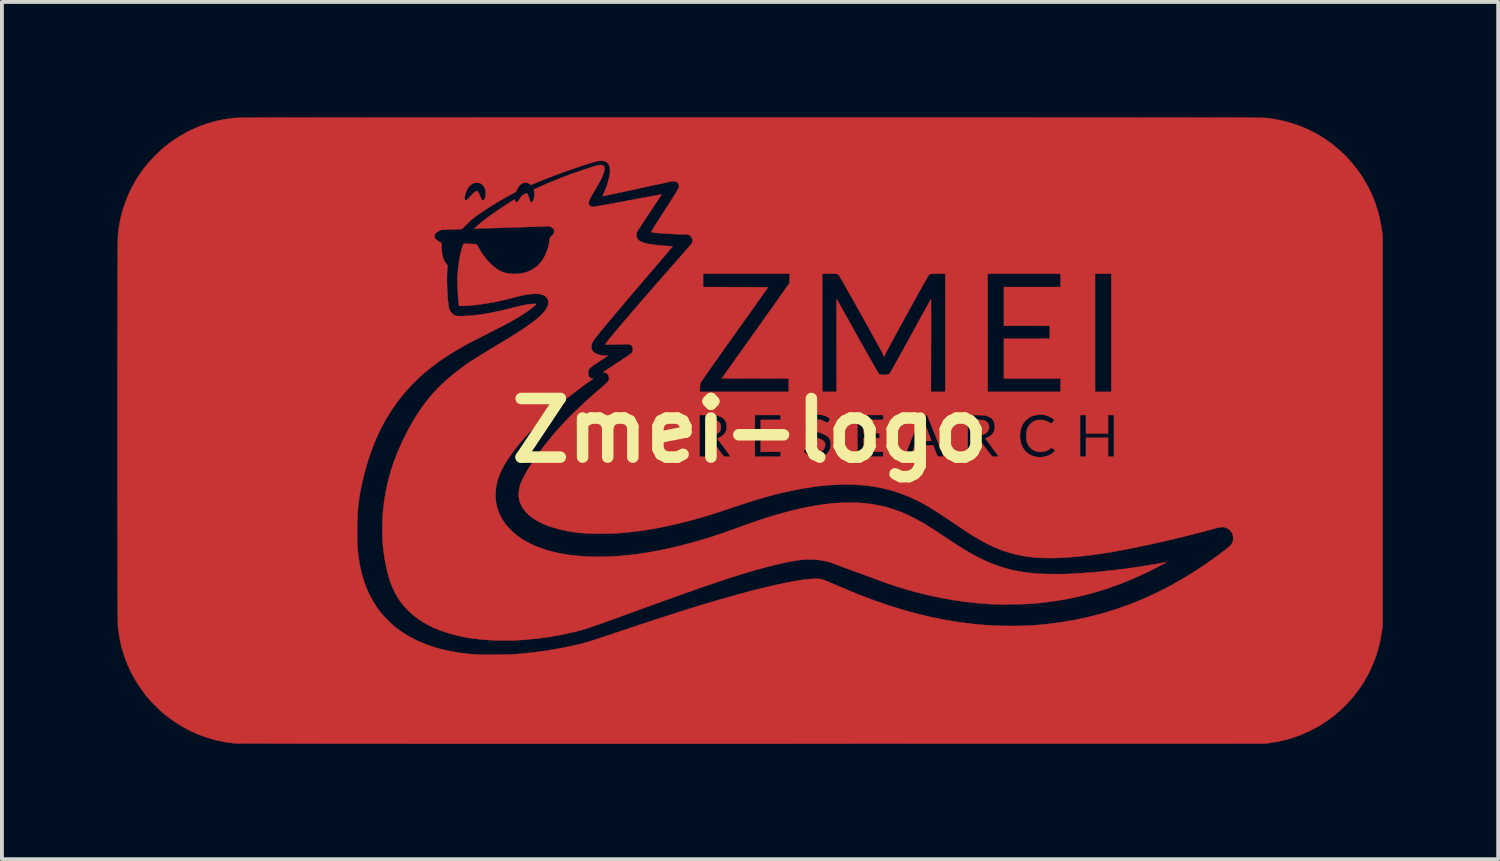
<source format=kicad_pcb>
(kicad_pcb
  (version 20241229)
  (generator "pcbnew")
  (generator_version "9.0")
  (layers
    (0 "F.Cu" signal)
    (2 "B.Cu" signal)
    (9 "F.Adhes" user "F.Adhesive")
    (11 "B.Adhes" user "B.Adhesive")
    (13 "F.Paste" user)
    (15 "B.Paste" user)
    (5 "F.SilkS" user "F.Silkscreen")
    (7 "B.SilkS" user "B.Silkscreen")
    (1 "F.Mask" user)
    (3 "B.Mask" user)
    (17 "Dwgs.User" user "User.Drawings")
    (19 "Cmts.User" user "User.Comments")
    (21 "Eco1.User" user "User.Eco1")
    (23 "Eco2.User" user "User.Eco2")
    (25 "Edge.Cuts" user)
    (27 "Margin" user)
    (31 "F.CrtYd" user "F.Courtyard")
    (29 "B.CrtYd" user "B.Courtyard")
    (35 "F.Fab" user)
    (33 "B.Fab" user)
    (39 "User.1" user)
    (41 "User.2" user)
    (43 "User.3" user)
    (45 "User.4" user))
  (footprint "Zmei-logo"
    (layer "F.Cu")
    (at 16.457 8.15)
    (property "Reference" "Zmei-logo" (at 0 0 0) (layer "F.SilkS") (effects (font (size 1.524 1.524) (thickness 0.3))))
    (attr through_hole)
    (fp_poly (pts (xy -0.971 -0.277) (xy -0.909 -0.269) (xy -0.86 -0.256) (xy -0.822 -0.236) (xy -0.793 -0.21) (xy -0.775 -0.182) (xy -0.764 -0.148) (xy -0.758 -0.107) (xy -0.758 -0.063) (xy -0.764 -0.024) (xy -0.772 -0.004) (xy -0.801 0.037) (xy -0.839 0.07) (xy -0.887 0.093) (xy -0.947 0.109) (xy -1.02 0.117) (xy -1.077 0.119) (xy -1.16 0.119) (xy -1.16 -0.279) (xy -1.047 -0.279) (xy -0.971 -0.277)) (stroke (width 0.01) (type solid)) (fill yes) (layer "F.Cu"))
    (fp_poly (pts (xy 5.995 -0.278) (xy 6.047 -0.274) (xy 6.088 -0.266) (xy 6.121 -0.253) (xy 6.149 -0.235) (xy 6.169 -0.217) (xy 6.199 -0.176) (xy 6.215 -0.128) (xy 6.218 -0.078) (xy 6.209 -0.028) (xy 6.186 0.019) (xy 6.151 0.058) (xy 6.145 0.062) (xy 6.116 0.081) (xy 6.084 0.095) (xy 6.046 0.105) (xy 5.999 0.112) (xy 5.939 0.116) (xy 5.929 0.116) (xy 5.817 0.121) (xy 5.817 -0.279) (xy 5.929 -0.279) (xy 5.995 -0.278)) (stroke (width 0.01) (type solid)) (fill yes) (layer "F.Cu"))
    (fp_poly (pts (xy 4.537 -0.222) (xy 4.538 -0.216) (xy 4.541 -0.206) (xy 4.549 -0.181) (xy 4.562 -0.145) (xy 4.579 -0.099) (xy 4.599 -0.047) (xy 4.622 0.012) (xy 4.627 0.026) (xy 4.65 0.085) (xy 4.67 0.138) (xy 4.688 0.185) (xy 4.702 0.223) (xy 4.711 0.249) (xy 4.716 0.262) (xy 4.716 0.263) (xy 4.708 0.266) (xy 4.685 0.268) (xy 4.649 0.269) (xy 4.603 0.27) (xy 4.549 0.271) (xy 4.526 0.271) (xy 4.335 0.271) (xy 4.353 0.226) (xy 4.373 0.176) (xy 4.394 0.121) (xy 4.416 0.063) (xy 4.438 0.006) (xy 4.459 -0.05) (xy 4.478 -0.102) (xy 4.495 -0.146) (xy 4.508 -0.182) (xy 4.517 -0.208) (xy 4.521 -0.219) (xy 4.521 -0.22) (xy 4.528 -0.228) (xy 4.53 -0.229) (xy 4.537 -0.222)) (stroke (width 0.01) (type solid)) (fill yes) (layer "F.Cu"))
    (fp_poly (pts (xy -3.875 -6.908) (xy -3.865 -6.907) (xy -3.826 -6.898) (xy -3.801 -6.88) (xy -3.788 -6.85) (xy -3.785 -6.815) (xy -3.789 -6.769) (xy -3.801 -6.717) (xy -3.822 -6.656) (xy -3.851 -6.587) (xy -3.891 -6.507) (xy -3.94 -6.417) (xy -3.999 -6.315) (xy -4.025 -6.271) (xy -4.078 -6.181) (xy -4.122 -6.105) (xy -4.155 -6.041) (xy -4.179 -5.99) (xy -4.191 -5.959) (xy -4.196 -5.918) (xy -4.187 -5.88) (xy -4.167 -5.848) (xy -4.136 -5.826) (xy -4.098 -5.817) (xy -4.092 -5.817) (xy -4.079 -5.818) (xy -4.05 -5.823) (xy -4.007 -5.83) (xy -3.95 -5.84) (xy -3.882 -5.852) (xy -3.802 -5.866) (xy -3.713 -5.882) (xy -3.615 -5.9) (xy -3.51 -5.919) (xy -3.399 -5.94) (xy -3.282 -5.962) (xy -3.177 -5.982) (xy -3.058 -6.004) (xy -2.943 -6.026) (xy -2.834 -6.046) (xy -2.733 -6.065) (xy -2.639 -6.082) (xy -2.554 -6.098) (xy -2.48 -6.112) (xy -2.416 -6.124) (xy -2.366 -6.133) (xy -2.328 -6.14) (xy -2.305 -6.144) (xy -2.298 -6.145) (xy -2.302 -6.137) (xy -2.315 -6.117) (xy -2.336 -6.085) (xy -2.364 -6.043) (xy -2.398 -5.991) (xy -2.438 -5.931) (xy -2.482 -5.863) (xy -2.531 -5.79) (xy -2.583 -5.712) (xy -2.609 -5.673) (xy -2.663 -5.592) (xy -2.714 -5.514) (xy -2.763 -5.441) (xy -2.807 -5.374) (xy -2.846 -5.314) (xy -2.879 -5.263) (xy -2.906 -5.221) (xy -2.925 -5.191) (xy -2.936 -5.173) (xy -2.938 -5.169) (xy -2.952 -5.123) (xy -2.954 -5.072) (xy -2.944 -5.022) (xy -2.937 -5.006) (xy -2.915 -4.972) (xy -2.882 -4.942) (xy -2.838 -4.916) (xy -2.782 -4.893) (xy -2.713 -4.872) (xy -2.63 -4.854) (xy -2.532 -4.839) (xy -2.418 -4.825) (xy -2.392 -4.822) (xy -2.352 -4.818) (xy -2.304 -4.814) (xy -2.251 -4.809) (xy -2.196 -4.805) (xy -2.143 -4.801) (xy -2.095 -4.797) (xy -2.054 -4.794) (xy -2.025 -4.793) (xy -2.013 -4.792) (xy -2.017 -4.786) (xy -2.032 -4.768) (xy -2.055 -4.74) (xy -2.086 -4.702) (xy -2.125 -4.657) (xy -2.169 -4.605) (xy -2.218 -4.547) (xy -2.272 -4.484) (xy -2.289 -4.464) (xy -2.48 -4.241) (xy -2.661 -4.03) (xy -2.831 -3.831) (xy -2.99 -3.644) (xy -3.139 -3.47) (xy -3.277 -3.307) (xy -3.404 -3.157) (xy -3.52 -3.018) (xy -3.626 -2.893) (xy -3.721 -2.779) (xy -3.804 -2.678) (xy -3.877 -2.589) (xy -3.939 -2.513) (xy -3.99 -2.45) (xy -4.029 -2.399) (xy -4.058 -2.36) (xy -4.058 -2.36) (xy -4.097 -2.297) (xy -4.121 -2.237) (xy -4.129 -2.182) (xy -4.121 -2.13) (xy -4.098 -2.08) (xy -4.093 -2.073) (xy -4.058 -2.036) (xy -4.008 -2.004) (xy -3.948 -1.979) (xy -3.878 -1.96) (xy -3.801 -1.95) (xy -3.747 -1.947) (xy -3.696 -1.947) (xy -3.924 -1.797) (xy -3.993 -1.751) (xy -4.049 -1.713) (xy -4.094 -1.682) (xy -4.129 -1.655) (xy -4.155 -1.633) (xy -4.174 -1.613) (xy -4.188 -1.594) (xy -4.197 -1.575) (xy -4.204 -1.555) (xy -4.207 -1.539) (xy -4.211 -1.496) (xy -4.206 -1.452) (xy -4.193 -1.413) (xy -4.179 -1.391) (xy -4.158 -1.375) (xy -4.128 -1.362) (xy -4.121 -1.36) (xy -4.08 -1.349) (xy -4.159 -1.295) (xy -4.195 -1.27) (xy -4.241 -1.236) (xy -4.296 -1.196) (xy -4.358 -1.15) (xy -4.422 -1.102) (xy -4.489 -1.052) (xy -4.554 -1.002) (xy -4.615 -0.955) (xy -4.671 -0.912) (xy -4.716 -0.877) (xy -4.954 -0.683) (xy -5.177 -0.493) (xy -5.384 -0.305) (xy -5.575 -0.121) (xy -5.752 0.062) (xy -5.915 0.243) (xy -6.064 0.423) (xy -6.199 0.601) (xy -6.321 0.78) (xy -6.358 0.838) (xy -6.442 0.986) (xy -6.51 1.134) (xy -6.562 1.282) (xy -6.597 1.429) (xy -6.617 1.574) (xy -6.619 1.719) (xy -6.606 1.861) (xy -6.576 2.001) (xy -6.529 2.138) (xy -6.501 2.201) (xy -6.44 2.314) (xy -6.364 2.425) (xy -6.273 2.532) (xy -6.17 2.634) (xy -6.057 2.73) (xy -5.933 2.818) (xy -5.856 2.866) (xy -5.692 2.952) (xy -5.515 3.029) (xy -5.326 3.096) (xy -5.125 3.152) (xy -4.912 3.199) (xy -4.688 3.235) (xy -4.454 3.261) (xy -4.21 3.277) (xy -3.957 3.283) (xy -3.695 3.278) (xy -3.425 3.263) (xy -3.148 3.238) (xy -2.863 3.202) (xy -2.572 3.155) (xy -2.275 3.099) (xy -2.261 3.096) (xy -2.037 3.047) (xy -1.819 2.995) (xy -1.602 2.94) (xy -1.385 2.88) (xy -1.165 2.814) (xy -0.939 2.742) (xy -0.705 2.664) (xy -0.461 2.578) (xy -0.322 2.527) (xy -0.054 2.43) (xy 0.201 2.343) (xy 0.444 2.263) (xy 0.677 2.192) (xy 0.901 2.129) (xy 1.116 2.073) (xy 1.325 2.024) (xy 1.528 1.983) (xy 1.728 1.947) (xy 1.924 1.918) (xy 2.119 1.895) (xy 2.159 1.891) (xy 2.229 1.885) (xy 2.312 1.881) (xy 2.403 1.878) (xy 2.499 1.876) (xy 2.598 1.875) (xy 2.695 1.876) (xy 2.789 1.878) (xy 2.874 1.881) (xy 2.949 1.886) (xy 3.004 1.891) (xy 3.194 1.916) (xy 3.377 1.95) (xy 3.553 1.992) (xy 3.726 2.044) (xy 3.898 2.106) (xy 4.07 2.178) (xy 4.244 2.262) (xy 4.423 2.359) (xy 4.609 2.468) (xy 4.688 2.517) (xy 4.722 2.539) (xy 4.769 2.569) (xy 4.824 2.606) (xy 4.888 2.647) (xy 4.956 2.692) (xy 5.027 2.739) (xy 5.099 2.787) (xy 5.131 2.808) (xy 5.204 2.856) (xy 5.279 2.905) (xy 5.353 2.953) (xy 5.424 2.999) (xy 5.489 3.041) (xy 5.547 3.077) (xy 5.593 3.106) (xy 5.607 3.114) (xy 5.816 3.234) (xy 6.019 3.339) (xy 6.22 3.43) (xy 6.419 3.507) (xy 6.62 3.572) (xy 6.823 3.626) (xy 7.032 3.667) (xy 7.248 3.699) (xy 7.383 3.713) (xy 7.457 3.718) (xy 7.544 3.723) (xy 7.642 3.727) (xy 7.748 3.73) (xy 7.857 3.731) (xy 7.967 3.732) (xy 8.075 3.732) (xy 8.178 3.73) (xy 8.272 3.728) (xy 8.306 3.726) (xy 8.658 3.706) (xy 9.022 3.677) (xy 9.395 3.638) (xy 9.775 3.591) (xy 10.159 3.536) (xy 10.545 3.473) (xy 10.736 3.438) (xy 10.772 3.432) (xy 10.802 3.427) (xy 10.821 3.424) (xy 10.826 3.424) (xy 10.82 3.429) (xy 10.801 3.44) (xy 10.77 3.457) (xy 10.73 3.479) (xy 10.683 3.504) (xy 10.63 3.532) (xy 10.573 3.562) (xy 10.514 3.592) (xy 10.455 3.622) (xy 10.399 3.651) (xy 10.346 3.677) (xy 10.299 3.7) (xy 10.271 3.713) (xy 9.937 3.864) (xy 9.604 3.998) (xy 9.27 4.116) (xy 8.933 4.219) (xy 8.593 4.307) (xy 8.247 4.38) (xy 7.894 4.439) (xy 7.533 4.483) (xy 7.353 4.5) (xy 7.291 4.505) (xy 7.214 4.509) (xy 7.126 4.512) (xy 7.029 4.515) (xy 6.927 4.517) (xy 6.821 4.519) (xy 6.715 4.52) (xy 6.611 4.52) (xy 6.513 4.519) (xy 6.422 4.518) (xy 6.343 4.516) (xy 6.281 4.514) (xy 5.945 4.49) (xy 5.614 4.454) (xy 5.284 4.407) (xy 4.953 4.348) (xy 4.619 4.276) (xy 4.28 4.191) (xy 4.064 4.131) (xy 3.958 4.099) (xy 3.843 4.063) (xy 3.718 4.022) (xy 3.583 3.976) (xy 3.436 3.924) (xy 3.276 3.865) (xy 3.152 3.819) (xy 3.07 3.789) (xy 2.987 3.758) (xy 2.906 3.728) (xy 2.83 3.7) (xy 2.76 3.675) (xy 2.699 3.653) (xy 2.651 3.636) (xy 2.631 3.629) (xy 2.568 3.606) (xy 2.496 3.58) (xy 2.423 3.553) (xy 2.356 3.527) (xy 2.325 3.515) (xy 2.236 3.48) (xy 2.158 3.451) (xy 2.087 3.428) (xy 2.022 3.409) (xy 1.957 3.394) (xy 1.889 3.38) (xy 1.815 3.368) (xy 1.791 3.365) (xy 1.697 3.355) (xy 1.599 3.35) (xy 1.497 3.35) (xy 1.388 3.357) (xy 1.271 3.369) (xy 1.145 3.388) (xy 1.008 3.413) (xy 0.859 3.444) (xy 0.697 3.482) (xy 0.639 3.496) (xy 0.525 3.525) (xy 0.411 3.554) (xy 0.296 3.585) (xy 0.18 3.617) (xy 0.06 3.651) (xy -0.063 3.688) (xy -0.189 3.726) (xy -0.321 3.767) (xy -0.458 3.81) (xy -0.602 3.857) (xy -0.753 3.907) (xy -0.912 3.96) (xy -1.08 4.017) (xy -1.257 4.078) (xy -1.444 4.144) (xy -1.643 4.214) (xy -1.853 4.288) (xy -2.076 4.368) (xy -2.313 4.453) (xy -2.563 4.544) (xy -2.829 4.64) (xy -2.862 4.652) (xy -3.039 4.717) (xy -3.202 4.776) (xy -3.35 4.83) (xy -3.485 4.879) (xy -3.607 4.923) (xy -3.718 4.963) (xy -3.818 4.999) (xy -3.909 5.031) (xy -3.99 5.059) (xy -4.063 5.085) (xy -4.129 5.107) (xy -4.188 5.127) (xy -4.242 5.145) (xy -4.291 5.16) (xy -4.337 5.174) (xy -4.379 5.187) (xy -4.419 5.198) (xy -4.458 5.209) (xy -4.497 5.219) (xy -4.536 5.228) (xy -4.547 5.231) (xy -4.87 5.303) (xy -5.202 5.363) (xy -5.54 5.409) (xy -5.88 5.441) (xy -6.058 5.452) (xy -6.111 5.455) (xy -6.175 5.457) (xy -6.246 5.458) (xy -6.322 5.459) (xy -6.399 5.459) (xy -6.474 5.459) (xy -6.543 5.459) (xy -6.603 5.458) (xy -6.652 5.456) (xy -6.668 5.455) (xy -6.822 5.445) (xy -6.963 5.434) (xy -7.093 5.42) (xy -7.214 5.405) (xy -7.33 5.388) (xy -7.443 5.367) (xy -7.556 5.344) (xy -7.652 5.321) (xy -7.866 5.262) (xy -8.068 5.193) (xy -8.257 5.114) (xy -8.432 5.024) (xy -8.595 4.924) (xy -8.744 4.814) (xy -8.879 4.693) (xy -9.001 4.563) (xy -9.11 4.423) (xy -9.204 4.273) (xy -9.206 4.271) (xy -9.277 4.129) (xy -9.342 3.973) (xy -9.398 3.802) (xy -9.447 3.615) (xy -9.488 3.414) (xy -9.522 3.197) (xy -9.549 2.965) (xy -9.551 2.934) (xy -9.556 2.873) (xy -9.559 2.798) (xy -9.561 2.713) (xy -9.562 2.621) (xy -9.562 2.526) (xy -9.56 2.431) (xy -9.558 2.338) (xy -9.555 2.252) (xy -9.551 2.176) (xy -9.547 2.125) (xy -9.516 1.852) (xy -9.473 1.587) (xy -9.418 1.329) (xy -9.35 1.076) (xy -9.268 0.825) (xy -9.172 0.575) (xy -9.061 0.322) (xy -8.982 0.158) (xy -8.872 -0.054) (xy -8.761 -0.251) (xy -8.649 -0.434) (xy -8.534 -0.605) (xy -8.414 -0.766) (xy -8.288 -0.92) (xy -8.154 -1.066) (xy -8.012 -1.208) (xy -7.86 -1.346) (xy -7.696 -1.483) (xy -7.612 -1.549) (xy -7.552 -1.595) (xy -7.493 -1.639) (xy -7.433 -1.683) (xy -7.372 -1.726) (xy -7.307 -1.771) (xy -7.238 -1.817) (xy -7.162 -1.866) (xy -7.08 -1.918) (xy -6.988 -1.975) (xy -6.887 -2.037) (xy -6.774 -2.106) (xy -6.649 -2.181) (xy -6.584 -2.22) (xy -6.43 -2.313) (xy -6.29 -2.398) (xy -6.163 -2.477) (xy -6.048 -2.549) (xy -5.945 -2.617) (xy -5.851 -2.679) (xy -5.766 -2.738) (xy -5.689 -2.794) (xy -5.62 -2.846) (xy -5.556 -2.897) (xy -5.498 -2.947) (xy -5.487 -2.957) (xy -5.406 -3.033) (xy -5.341 -3.106) (xy -5.292 -3.176) (xy -5.26 -3.242) (xy -5.244 -3.304) (xy -5.244 -3.362) (xy -5.26 -3.416) (xy -5.293 -3.466) (xy -5.297 -3.471) (xy -5.339 -3.507) (xy -5.39 -3.533) (xy -5.454 -3.55) (xy -5.529 -3.558) (xy -5.618 -3.558) (xy -5.656 -3.555) (xy -5.698 -3.552) (xy -5.738 -3.547) (xy -5.779 -3.542) (xy -5.821 -3.535) (xy -5.866 -3.527) (xy -5.917 -3.516) (xy -5.975 -3.503) (xy -6.041 -3.488) (xy -6.118 -3.469) (xy -6.206 -3.446) (xy -6.309 -3.42) (xy -6.354 -3.408) (xy -6.449 -3.385) (xy -6.557 -3.362) (xy -6.672 -3.339) (xy -6.792 -3.318) (xy -6.91 -3.299) (xy -7.024 -3.282) (xy -7.129 -3.27) (xy -7.137 -3.269) (xy -7.212 -3.261) (xy -7.284 -3.255) (xy -7.352 -3.25) (xy -7.414 -3.247) (xy -7.468 -3.244) (xy -7.513 -3.243) (xy -7.546 -3.244) (xy -7.565 -3.246) (xy -7.569 -3.249) (xy -7.57 -3.259) (xy -7.572 -3.283) (xy -7.576 -3.318) (xy -7.58 -3.359) (xy -7.582 -3.374) (xy -7.59 -3.467) (xy -7.597 -3.566) (xy -7.603 -3.665) (xy -7.607 -3.763) (xy -7.61 -3.854) (xy -7.61 -3.935) (xy -7.609 -3.984) (xy -7.602 -4.097) (xy -7.592 -4.213) (xy -7.578 -4.328) (xy -7.561 -4.44) (xy -7.541 -4.546) (xy -7.52 -4.644) (xy -7.496 -4.731) (xy -7.471 -4.803) (xy -7.47 -4.807) (xy -7.449 -4.86) (xy -7.401 -4.86) (xy -7.375 -4.859) (xy -7.336 -4.858) (xy -7.29 -4.857) (xy -7.242 -4.855) (xy -7.232 -4.854) (xy -7.112 -4.849) (xy -7.068 -4.772) (xy -6.991 -4.643) (xy -6.908 -4.524) (xy -6.821 -4.418) (xy -6.734 -4.326) (xy -6.73 -4.323) (xy -6.642 -4.247) (xy -6.555 -4.185) (xy -6.468 -4.138) (xy -6.378 -4.105) (xy -6.284 -4.084) (xy -6.193 -4.075) (xy -6.06 -4.076) (xy -5.935 -4.091) (xy -5.818 -4.12) (xy -5.71 -4.163) (xy -5.612 -4.22) (xy -5.523 -4.291) (xy -5.444 -4.376) (xy -5.375 -4.473) (xy -5.339 -4.538) (xy -5.288 -4.653) (xy -5.248 -4.775) (xy -5.22 -4.898) (xy -5.211 -4.97) (xy -5.207 -5.001) (xy -5.201 -5.02) (xy -5.191 -5.034) (xy -5.174 -5.048) (xy -5.171 -5.05) (xy -5.139 -5.079) (xy -5.112 -5.115) (xy -5.094 -5.152) (xy -5.088 -5.182) (xy -5.097 -5.22) (xy -5.12 -5.256) (xy -5.157 -5.288) (xy -5.165 -5.293) (xy -5.203 -5.317) (xy -6.185 -5.284) (xy -6.312 -5.28) (xy -6.435 -5.276) (xy -6.552 -5.272) (xy -6.662 -5.269) (xy -6.764 -5.266) (xy -6.857 -5.263) (xy -6.94 -5.26) (xy -7.012 -5.258) (xy -7.072 -5.256) (xy -7.118 -5.255) (xy -7.15 -5.254) (xy -7.167 -5.254) (xy -7.17 -5.254) (xy -7.166 -5.261) (xy -7.15 -5.276) (xy -7.125 -5.299) (xy -7.093 -5.328) (xy -7.055 -5.361) (xy -7.013 -5.396) (xy -6.969 -5.432) (xy -6.926 -5.467) (xy -6.884 -5.499) (xy -6.854 -5.522) (xy -6.81 -5.555) (xy -6.758 -5.592) (xy -6.7 -5.633) (xy -6.638 -5.676) (xy -6.573 -5.72) (xy -6.507 -5.765) (xy -6.441 -5.809) (xy -6.377 -5.851) (xy -6.316 -5.891) (xy -6.261 -5.926) (xy -6.212 -5.957) (xy -6.172 -5.982) (xy -6.141 -6) (xy -6.122 -6.01) (xy -6.117 -6.011) (xy -6.114 -6.004) (xy -6.113 -5.991) (xy -6.108 -5.969) (xy -6.098 -5.952) (xy -6.084 -5.94) (xy -6.069 -5.938) (xy -6.052 -5.947) (xy -6.031 -5.969) (xy -6.005 -6.005) (xy -5.989 -6.029) (xy -5.964 -6.066) (xy -5.944 -6.091) (xy -5.927 -6.11) (xy -5.907 -6.125) (xy -5.883 -6.14) (xy -5.869 -6.147) (xy -5.84 -6.162) (xy -5.816 -6.172) (xy -5.801 -6.176) (xy -5.799 -6.175) (xy -5.791 -6.162) (xy -5.78 -6.137) (xy -5.766 -6.105) (xy -5.753 -6.07) (xy -5.741 -6.035) (xy -5.732 -6.006) (xy -5.732 -6.005) (xy -5.718 -5.967) (xy -5.701 -5.944) (xy -5.682 -5.937) (xy -5.663 -5.947) (xy -5.644 -5.972) (xy -5.64 -5.98) (xy -5.617 -6.045) (xy -5.607 -6.119) (xy -5.61 -6.199) (xy -5.618 -6.245) (xy -5.623 -6.271) (xy -5.46 -6.345) (xy -5.254 -6.436) (xy -5.046 -6.522) (xy -4.832 -6.606) (xy -4.609 -6.688) (xy -4.373 -6.77) (xy -4.297 -6.795) (xy -4.208 -6.824) (xy -4.134 -6.848) (xy -4.072 -6.868) (xy -4.021 -6.883) (xy -3.98 -6.894) (xy -3.946 -6.901) (xy -3.919 -6.906) (xy -3.896 -6.908) (xy -3.875 -6.908)) (stroke (width 0.01) (type solid)) (fill yes) (layer "F.Cu"))
    (fp_poly (pts (xy 0.582 -8.145) (xy 1.144 -8.145) (xy 1.689 -8.145) (xy 2.218 -8.145) (xy 2.731 -8.145) (xy 3.228 -8.145) (xy 3.709 -8.145) (xy 4.176 -8.145) (xy 4.627 -8.145) (xy 5.064 -8.145) (xy 5.486 -8.145) (xy 5.894 -8.145) (xy 6.288 -8.145) (xy 6.668 -8.145) (xy 7.034 -8.145) (xy 7.387 -8.144) (xy 7.727 -8.144) (xy 8.054 -8.144) (xy 8.369 -8.144) (xy 8.671 -8.144) (xy 8.962 -8.144) (xy 9.24 -8.144) (xy 9.507 -8.144) (xy 9.762 -8.144) (xy 10.006 -8.144) (xy 10.24 -8.143) (xy 10.462 -8.143) (xy 10.675 -8.143) (xy 10.877 -8.143) (xy 11.069 -8.143) (xy 11.251 -8.143) (xy 11.424 -8.142) (xy 11.588 -8.142) (xy 11.743 -8.142) (xy 11.889 -8.142) (xy 12.027 -8.142) (xy 12.156 -8.141) (xy 12.277 -8.141) (xy 12.391 -8.141) (xy 12.497 -8.14) (xy 12.596 -8.14) (xy 12.688 -8.14) (xy 12.773 -8.14) (xy 12.851 -8.139) (xy 12.923 -8.139) (xy 12.99 -8.139) (xy 13.05 -8.138) (xy 13.105 -8.138) (xy 13.154 -8.137) (xy 13.198 -8.137) (xy 13.237 -8.137) (xy 13.272 -8.136) (xy 13.303 -8.136) (xy 13.329 -8.135) (xy 13.351 -8.135) (xy 13.37 -8.134) (xy 13.385 -8.134) (xy 13.397 -8.133) (xy 13.407 -8.133) (xy 13.412 -8.132) (xy 13.648 -8.101) (xy 13.88 -8.054) (xy 14.106 -7.991) (xy 14.326 -7.914) (xy 14.539 -7.821) (xy 14.745 -7.715) (xy 14.942 -7.595) (xy 15.131 -7.461) (xy 15.31 -7.315) (xy 15.479 -7.156) (xy 15.638 -6.985) (xy 15.785 -6.803) (xy 15.92 -6.61) (xy 16.042 -6.406) (xy 16.083 -6.33) (xy 16.176 -6.136) (xy 16.256 -5.939) (xy 16.322 -5.737) (xy 16.377 -5.528) (xy 16.419 -5.309) (xy 16.436 -5.199) (xy 16.455 -5.059) (xy 16.455 5.059) (xy 16.436 5.199) (xy 16.399 5.423) (xy 16.35 5.637) (xy 16.29 5.842) (xy 16.217 6.04) (xy 16.13 6.235) (xy 16.083 6.33) (xy 15.966 6.537) (xy 15.835 6.734) (xy 15.692 6.921) (xy 15.536 7.097) (xy 15.369 7.261) (xy 15.191 7.414) (xy 15.003 7.553) (xy 14.805 7.68) (xy 14.598 7.792) (xy 14.383 7.89) (xy 14.334 7.91) (xy 14.19 7.964) (xy 14.049 8.01) (xy 13.907 8.049) (xy 13.759 8.082) (xy 13.601 8.11) (xy 13.525 8.122) (xy 13.399 8.14) (xy 0.047 8.142) (xy -0.543 8.142) (xy -1.116 8.142) (xy -1.672 8.142) (xy -2.212 8.142) (xy -2.737 8.142) (xy -3.245 8.142) (xy -3.738 8.142) (xy -4.215 8.142) (xy -4.677 8.142) (xy -5.124 8.142) (xy -5.557 8.142) (xy -5.975 8.142) (xy -6.379 8.142) (xy -6.768 8.142) (xy -7.144 8.142) (xy -7.507 8.142) (xy -7.856 8.142) (xy -8.192 8.142) (xy -8.514 8.142) (xy -8.825 8.142) (xy -9.122 8.141) (xy -9.408 8.141) (xy -9.681 8.141) (xy -9.943 8.141) (xy -10.193 8.141) (xy -10.432 8.141) (xy -10.66 8.141) (xy -10.876 8.141) (xy -11.082 8.14) (xy -11.278 8.14) (xy -11.463 8.14) (xy -11.638 8.14) (xy -11.804 8.14) (xy -11.96 8.139) (xy -12.106 8.139) (xy -12.244 8.139) (xy -12.372 8.139) (xy -12.492 8.138) (xy -12.603 8.138) (xy -12.706 8.138) (xy -12.801 8.137) (xy -12.889 8.137) (xy -12.969 8.137) (xy -13.041 8.136) (xy -13.106 8.136) (xy -13.165 8.136) (xy -13.216 8.135) (xy -13.262 8.135) (xy -13.301 8.135) (xy -13.334 8.134) (xy -13.361 8.134) (xy -13.383 8.133) (xy -13.399 8.133) (xy -13.41 8.132) (xy -13.415 8.132) (xy -13.615 8.106) (xy -13.812 8.068) (xy -13.904 8.047) (xy -14.132 7.981) (xy -14.353 7.901) (xy -14.566 7.805) (xy -14.773 7.694) (xy -14.974 7.567) (xy -15.17 7.425) (xy -15.199 7.402) (xy -15.26 7.351) (xy -15.328 7.29) (xy -15.4 7.221) (xy -15.474 7.149) (xy -15.546 7.075) (xy -15.612 7.004) (xy -15.671 6.937) (xy -15.707 6.893) (xy -15.853 6.698) (xy -15.983 6.496) (xy -16.098 6.287) (xy -16.196 6.072) (xy -16.279 5.852) (xy -16.346 5.625) (xy -16.397 5.393) (xy -16.432 5.156) (xy -16.438 5.098) (xy -16.439 5.08) (xy -16.44 5.045) (xy -16.441 4.994) (xy -16.442 4.928) (xy -16.443 4.848) (xy -16.443 4.753) (xy -16.444 4.645) (xy -16.445 4.524) (xy -16.446 4.391) (xy -16.446 4.246) (xy -16.447 4.091) (xy -16.447 3.924) (xy -16.448 3.748) (xy -16.449 3.562) (xy -16.449 3.367) (xy -16.45 3.164) (xy -16.45 2.954) (xy -16.45 2.736) (xy -16.45 2.644) (xy -10.218 2.644) (xy -10.217 2.781) (xy -10.214 2.906) (xy -10.208 3.022) (xy -10.2 3.132) (xy -10.188 3.239) (xy -10.185 3.268) (xy -10.149 3.497) (xy -10.1 3.714) (xy -10.039 3.921) (xy -9.965 4.118) (xy -9.878 4.306) (xy -9.778 4.484) (xy -9.664 4.655) (xy -9.63 4.701) (xy -9.595 4.744) (xy -9.549 4.796) (xy -9.497 4.852) (xy -9.44 4.911) (xy -9.382 4.969) (xy -9.324 5.025) (xy -9.271 5.074) (xy -9.224 5.114) (xy -9.203 5.131) (xy -9.034 5.251) (xy -8.856 5.36) (xy -8.669 5.457) (xy -8.471 5.543) (xy -8.263 5.618) (xy -8.044 5.682) (xy -7.813 5.734) (xy -7.571 5.777) (xy -7.315 5.808) (xy -7.074 5.828) (xy -7.038 5.83) (xy -6.988 5.831) (xy -6.926 5.831) (xy -6.853 5.831) (xy -6.773 5.831) (xy -6.687 5.83) (xy -6.598 5.829) (xy -6.509 5.827) (xy -6.421 5.826) (xy -6.337 5.824) (xy -6.259 5.822) (xy -6.189 5.819) (xy -6.13 5.817) (xy -6.084 5.814) (xy -6.071 5.813) (xy -5.67 5.774) (xy -5.28 5.721) (xy -4.9 5.656) (xy -4.529 5.577) (xy -4.424 5.552) (xy -4.386 5.543) (xy -4.347 5.533) (xy -4.307 5.522) (xy -4.263 5.509) (xy -4.216 5.495) (xy -4.163 5.479) (xy -4.103 5.46) (xy -4.036 5.439) (xy -3.96 5.414) (xy -3.874 5.386) (xy -3.777 5.354) (xy -3.667 5.317) (xy -3.544 5.276) (xy -3.406 5.23) (xy -3.395 5.226) (xy -3.135 5.139) (xy -2.889 5.057) (xy -2.657 4.981) (xy -2.438 4.908) (xy -2.229 4.841) (xy -2.031 4.777) (xy -1.842 4.716) (xy -1.661 4.659) (xy -1.486 4.605) (xy -1.317 4.553) (xy -1.152 4.503) (xy -0.99 4.455) (xy -0.831 4.408) (xy -0.672 4.363) (xy -0.513 4.318) (xy -0.352 4.273) (xy -0.238 4.242) (xy -0.017 4.182) (xy 0.196 4.127) (xy 0.4 4.077) (xy 0.593 4.032) (xy 0.776 3.991) (xy 0.948 3.955) (xy 1.107 3.925) (xy 1.254 3.9) (xy 1.388 3.88) (xy 1.508 3.865) (xy 1.614 3.857) (xy 1.706 3.854) (xy 1.757 3.855) (xy 1.781 3.856) (xy 1.803 3.858) (xy 1.824 3.86) (xy 1.845 3.864) (xy 1.868 3.87) (xy 1.895 3.878) (xy 1.927 3.889) (xy 1.965 3.904) (xy 2.012 3.922) (xy 2.068 3.945) (xy 2.135 3.974) (xy 2.214 4.007) (xy 2.307 4.047) (xy 2.385 4.08) (xy 2.465 4.114) (xy 2.545 4.147) (xy 2.621 4.179) (xy 2.69 4.208) (xy 2.75 4.233) (xy 2.797 4.252) (xy 2.798 4.252) (xy 3.189 4.402) (xy 3.574 4.536) (xy 3.954 4.656) (xy 4.331 4.76) (xy 4.704 4.849) (xy 5.076 4.924) (xy 5.446 4.985) (xy 5.817 5.031) (xy 6.188 5.063) (xy 6.325 5.072) (xy 6.389 5.075) (xy 6.466 5.077) (xy 6.554 5.079) (xy 6.648 5.08) (xy 6.747 5.081) (xy 6.847 5.081) (xy 6.945 5.08) (xy 7.039 5.079) (xy 7.125 5.077) (xy 7.2 5.075) (xy 7.262 5.073) (xy 7.273 5.072) (xy 7.658 5.041) (xy 8.036 4.994) (xy 8.409 4.932) (xy 8.777 4.855) (xy 9.139 4.762) (xy 9.497 4.654) (xy 9.85 4.53) (xy 10.199 4.39) (xy 10.544 4.233) (xy 10.885 4.061) (xy 11.223 3.872) (xy 11.558 3.667) (xy 11.891 3.446) (xy 12.221 3.208) (xy 12.355 3.106) (xy 12.417 3.057) (xy 12.465 3.015) (xy 12.503 2.978) (xy 12.53 2.944) (xy 12.549 2.911) (xy 12.56 2.876) (xy 12.566 2.837) (xy 12.568 2.794) (xy 12.562 2.728) (xy 12.542 2.67) (xy 12.506 2.616) (xy 12.496 2.604) (xy 12.443 2.557) (xy 12.385 2.526) (xy 12.32 2.51) (xy 12.304 2.508) (xy 12.284 2.508) (xy 12.265 2.508) (xy 12.242 2.511) (xy 12.215 2.516) (xy 12.18 2.524) (xy 12.135 2.535) (xy 12.077 2.551) (xy 12.042 2.56) (xy 11.806 2.623) (xy 11.564 2.686) (xy 11.319 2.748) (xy 11.073 2.808) (xy 10.827 2.866) (xy 10.584 2.921) (xy 10.346 2.973) (xy 10.116 3.022) (xy 9.894 3.067) (xy 9.684 3.108) (xy 9.486 3.144) (xy 9.428 3.154) (xy 9.134 3.201) (xy 8.853 3.24) (xy 8.584 3.271) (xy 8.329 3.293) (xy 8.088 3.308) (xy 7.859 3.314) (xy 7.645 3.312) (xy 7.445 3.302) (xy 7.259 3.284) (xy 7.088 3.257) (xy 7.074 3.254) (xy 6.922 3.222) (xy 6.775 3.184) (xy 6.631 3.14) (xy 6.489 3.088) (xy 6.346 3.029) (xy 6.201 2.96) (xy 6.053 2.883) (xy 5.898 2.795) (xy 5.737 2.696) (xy 5.567 2.585) (xy 5.52 2.554) (xy 5.39 2.466) (xy 5.273 2.387) (xy 5.168 2.317) (xy 5.074 2.254) (xy 4.99 2.198) (xy 4.915 2.149) (xy 4.847 2.105) (xy 4.786 2.066) (xy 4.731 2.031) (xy 4.681 2) (xy 4.634 1.972) (xy 4.589 1.946) (xy 4.547 1.923) (xy 4.504 1.9) (xy 4.462 1.877) (xy 4.417 1.854) (xy 4.37 1.831) (xy 4.369 1.83) (xy 4.311 1.801) (xy 4.248 1.772) (xy 4.187 1.743) (xy 4.131 1.718) (xy 4.085 1.699) (xy 3.874 1.619) (xy 3.659 1.552) (xy 3.438 1.497) (xy 3.211 1.454) (xy 2.978 1.424) (xy 2.737 1.406) (xy 2.49 1.4) (xy 2.234 1.407) (xy 1.969 1.425) (xy 1.695 1.456) (xy 1.41 1.5) (xy 1.116 1.555) (xy 0.81 1.623) (xy 0.8 1.625) (xy 0.702 1.649) (xy 0.604 1.674) (xy 0.504 1.701) (xy 0.401 1.73) (xy 0.292 1.762) (xy 0.177 1.796) (xy 0.053 1.835) (xy -0.081 1.877) (xy -0.226 1.925) (xy -0.384 1.977) (xy -0.5 2.015) (xy -0.595 2.047) (xy -0.691 2.079) (xy -0.785 2.11) (xy -0.876 2.139) (xy -0.961 2.167) (xy -1.038 2.191) (xy -1.105 2.212) (xy -1.16 2.229) (xy -1.194 2.24) (xy -1.549 2.339) (xy -1.893 2.426) (xy -2.228 2.5) (xy -2.552 2.561) (xy -2.867 2.61) (xy -3.173 2.646) (xy -3.471 2.67) (xy -3.76 2.681) (xy -4.005 2.681) (xy -4.143 2.677) (xy -4.268 2.671) (xy -4.383 2.663) (xy -4.491 2.653) (xy -4.596 2.639) (xy -4.701 2.622) (xy -4.763 2.611) (xy -4.941 2.572) (xy -5.107 2.526) (xy -5.261 2.474) (xy -5.401 2.415) (xy -5.529 2.35) (xy -5.643 2.279) (xy -5.742 2.203) (xy -5.827 2.121) (xy -5.897 2.034) (xy -5.951 1.942) (xy -5.99 1.846) (xy -5.998 1.816) (xy -6.014 1.723) (xy -6.016 1.623) (xy -6.003 1.519) (xy -5.976 1.412) (xy -5.971 1.397) (xy -5.943 1.323) (xy -5.904 1.239) (xy -5.855 1.144) (xy -5.796 1.042) (xy -5.729 0.933) (xy -5.655 0.818) (xy -5.574 0.699) (xy -5.559 0.677) (xy -1.312 0.677) (xy -1.16 0.677) (xy -1.16 0.229) (xy -1.094 0.229) (xy -1.06 0.23) (xy -1.031 0.234) (xy -1.012 0.239) (xy -1.01 0.239) (xy -1.001 0.249) (xy -0.983 0.27) (xy -0.958 0.301) (xy -0.927 0.341) (xy -0.893 0.387) (xy -0.856 0.437) (xy -0.851 0.445) (xy -0.813 0.496) (xy -0.778 0.543) (xy -0.747 0.585) (xy -0.722 0.62) (xy -0.703 0.644) (xy -0.693 0.658) (xy -0.692 0.658) (xy -0.682 0.667) (xy -0.67 0.673) (xy -0.653 0.676) (xy -0.625 0.677) (xy -0.591 0.677) (xy -0.556 0.677) (xy -0.528 0.676) (xy -0.511 0.674) (xy -0.508 0.673) (xy -0.513 0.665) (xy -0.526 0.645) (xy -0.547 0.616) (xy -0.574 0.579) (xy -0.605 0.536) (xy -0.639 0.49) (xy -0.675 0.442) (xy -0.71 0.394) (xy -0.744 0.348) (xy -0.776 0.306) (xy -0.803 0.271) (xy -0.824 0.243) (xy -0.838 0.225) (xy -0.843 0.22) (xy -0.847 0.214) (xy -0.843 0.207) (xy -0.829 0.197) (xy -0.803 0.184) (xy -0.79 0.178) (xy -0.73 0.143) (xy -0.68 0.099) (xy -0.642 0.05) (xy -0.621 0.006) (xy -0.609 -0.047) (xy -0.605 -0.106) (xy -0.61 -0.164) (xy -0.622 -0.215) (xy -0.628 -0.229) (xy -0.66 -0.282) (xy -0.702 -0.325) (xy -0.757 -0.359) (xy -0.826 -0.385) (xy -0.832 -0.387) (xy -0.853 -0.392) (xy -0.883 -0.395) (xy -0.923 -0.398) (xy -0.976 -0.401) (xy -1.042 -0.403) (xy -1.094 -0.404) (xy -1.216 -0.406) (xy 0.127 -0.406) (xy 0.127 0.677) (xy 0.796 0.677) (xy 0.796 0.55) (xy 0.279 0.55) (xy 0.279 0.544) (xy 1.396 0.544) (xy 1.416 0.565) (xy 1.442 0.589) (xy 1.478 0.614) (xy 1.519 0.639) (xy 1.557 0.658) (xy 1.575 0.665) (xy 1.644 0.681) (xy 1.72 0.688) (xy 1.795 0.686) (xy 1.858 0.676) (xy 1.926 0.65) (xy 1.985 0.612) (xy 2.034 0.561) (xy 2.07 0.502) (xy 2.086 0.458) (xy 2.097 0.406) (xy 2.1 0.349) (xy 2.096 0.295) (xy 2.086 0.248) (xy 2.08 0.233) (xy 2.06 0.197) (xy 2.034 0.166) (xy 2 0.139) (xy 1.956 0.112) (xy 1.9 0.086) (xy 1.83 0.059) (xy 1.81 0.052) (xy 1.753 0.032) (xy 1.71 0.015) (xy 1.678 -0.000414) (xy 1.653 -0.015) (xy 1.633 -0.031) (xy 1.618 -0.046) (xy 1.603 -0.067) (xy 1.595 -0.086) (xy 1.592 -0.111) (xy 1.592 -0.126) (xy 1.598 -0.175) (xy 1.618 -0.214) (xy 1.653 -0.248) (xy 1.659 -0.252) (xy 1.712 -0.277) (xy 1.769 -0.288) (xy 1.831 -0.282) (xy 1.896 -0.26) (xy 1.949 -0.232) (xy 1.984 -0.214) (xy 2.009 -0.208) (xy 2.03 -0.216) (xy 2.049 -0.239) (xy 2.061 -0.262) (xy 2.082 -0.304) (xy 2.055 -0.327) (xy 2.019 -0.351) (xy 1.974 -0.375) (xy 1.924 -0.395) (xy 1.883 -0.406) (xy 2.794 -0.406) (xy 2.794 0.677) (xy 3.463 0.677) (xy 3.463 0.67) (xy 4.025 0.67) (xy 4.03 0.674) (xy 4.045 0.676) (xy 4.072 0.677) (xy 4.092 0.677) (xy 4.129 0.677) (xy 4.154 0.674) (xy 4.169 0.669) (xy 4.176 0.663) (xy 4.184 0.65) (xy 4.196 0.624) (xy 4.211 0.589) (xy 4.229 0.547) (xy 4.24 0.516) (xy 4.291 0.385) (xy 4.764 0.381) (xy 4.817 0.518) (xy 4.835 0.564) (xy 4.852 0.605) (xy 4.867 0.637) (xy 4.878 0.659) (xy 4.883 0.667) (xy 4.895 0.67) (xy 4.918 0.674) (xy 4.947 0.676) (xy 4.978 0.678) (xy 5.006 0.679) (xy 5.028 0.678) (xy 5.03 0.677) (xy 5.664 0.677) (xy 5.817 0.677) (xy 5.817 0.229) (xy 5.882 0.229) (xy 5.927 0.23) (xy 5.956 0.236) (xy 5.967 0.241) (xy 5.976 0.251) (xy 5.994 0.273) (xy 6.019 0.305) (xy 6.049 0.345) (xy 6.084 0.392) (xy 6.122 0.444) (xy 6.136 0.462) (xy 6.178 0.52) (xy 6.216 0.571) (xy 6.249 0.613) (xy 6.275 0.645) (xy 6.293 0.666) (xy 6.303 0.674) (xy 6.303 0.674) (xy 6.319 0.675) (xy 6.347 0.676) (xy 6.382 0.676) (xy 6.395 0.676) (xy 6.469 0.673) (xy 6.32 0.47) (xy 6.281 0.417) (xy 6.244 0.367) (xy 6.211 0.322) (xy 6.183 0.284) (xy 6.161 0.255) (xy 6.147 0.237) (xy 6.146 0.235) (xy 6.131 0.216) (xy 6.127 0.205) (xy 6.131 0.2) (xy 6.136 0.198) (xy 6.189 0.176) (xy 6.24 0.146) (xy 6.282 0.113) (xy 6.294 0.101) (xy 6.296 0.098) (xy 7.023 0.098) (xy 7.024 0.195) (xy 7.027 0.219) (xy 7.046 0.318) (xy 7.078 0.407) (xy 7.122 0.485) (xy 7.177 0.551) (xy 7.243 0.605) (xy 7.319 0.647) (xy 7.404 0.675) (xy 7.466 0.685) (xy 7.495 0.689) (xy 7.517 0.692) (xy 7.527 0.693) (xy 7.527 0.693) (xy 7.537 0.693) (xy 7.559 0.691) (xy 7.591 0.688) (xy 7.607 0.686) (xy 7.692 0.672) (xy 7.765 0.648) (xy 7.831 0.613) (xy 7.894 0.564) (xy 7.9 0.559) (xy 7.936 0.525) (xy 7.899 0.487) (xy 7.877 0.467) (xy 7.858 0.453) (xy 7.847 0.449) (xy 7.832 0.454) (xy 7.81 0.466) (xy 7.792 0.48) (xy 7.745 0.511) (xy 7.698 0.532) (xy 7.644 0.546) (xy 7.613 0.552) (xy 7.533 0.555) (xy 7.456 0.544) (xy 7.386 0.518) (xy 7.324 0.477) (xy 7.27 0.424) (xy 7.247 0.391) (xy 7.219 0.341) (xy 7.201 0.291) (xy 7.189 0.234) (xy 7.184 0.167) (xy 7.184 0.135) (xy 7.187 0.055) (xy 7.199 -0.012) (xy 7.219 -0.071) (xy 7.249 -0.123) (xy 7.287 -0.17) (xy 7.343 -0.219) (xy 7.406 -0.254) (xy 7.477 -0.273) (xy 7.552 -0.279) (xy 7.621 -0.274) (xy 7.684 -0.258) (xy 7.747 -0.23) (xy 7.766 -0.219) (xy 7.795 -0.203) (xy 7.82 -0.192) (xy 7.836 -0.188) (xy 7.838 -0.188) (xy 7.85 -0.196) (xy 7.868 -0.213) (xy 7.885 -0.233) (xy 7.917 -0.275) (xy 7.886 -0.302) (xy 7.848 -0.33) (xy 7.799 -0.358) (xy 7.746 -0.382) (xy 7.696 -0.399) (xy 7.687 -0.402) (xy 7.656 -0.406) (xy 8.585 -0.406) (xy 8.585 0.677) (xy 8.738 0.677) (xy 8.738 0.186) (xy 9.313 0.186) (xy 9.313 0.677) (xy 9.466 0.677) (xy 9.466 -0.406) (xy 9.313 -0.406) (xy 9.313 0.076) (xy 8.738 0.076) (xy 8.738 -0.406) (xy 8.585 -0.406) (xy 7.656 -0.406) (xy 7.606 -0.414) (xy 7.519 -0.414) (xy 7.433 -0.403) (xy 7.351 -0.381) (xy 7.287 -0.354) (xy 7.243 -0.325) (xy 7.196 -0.287) (xy 7.152 -0.242) (xy 7.115 -0.197) (xy 7.097 -0.169) (xy 7.06 -0.088) (xy 7.035 0.002) (xy 7.023 0.098) (xy 6.296 0.098) (xy 6.332 0.049) (xy 6.355 -0.007) (xy 6.366 -0.071) (xy 6.367 -0.101) (xy 6.361 -0.173) (xy 6.343 -0.233) (xy 6.313 -0.284) (xy 6.269 -0.327) (xy 6.21 -0.361) (xy 6.147 -0.385) (xy 6.129 -0.39) (xy 6.106 -0.394) (xy 6.078 -0.397) (xy 6.041 -0.4) (xy 5.993 -0.402) (xy 5.932 -0.403) (xy 5.882 -0.404) (xy 5.664 -0.408) (xy 5.664 0.677) (xy 5.03 0.677) (xy 5.037 0.676) (xy 5.038 0.675) (xy 5.035 0.667) (xy 5.026 0.645) (xy 5.012 0.609) (xy 4.993 0.562) (xy 4.97 0.503) (xy 4.943 0.436) (xy 4.913 0.361) (xy 4.88 0.278) (xy 4.845 0.191) (xy 4.823 0.135) (xy 4.608 -0.402) (xy 4.45 -0.402) (xy 4.24 0.123) (xy 4.204 0.213) (xy 4.17 0.298) (xy 4.138 0.377) (xy 4.109 0.45) (xy 4.084 0.514) (xy 4.062 0.568) (xy 4.045 0.612) (xy 4.033 0.643) (xy 4.026 0.66) (xy 4.025 0.663) (xy 4.025 0.67) (xy 3.463 0.67) (xy 3.463 0.55) (xy 2.946 0.55) (xy 2.946 0.195) (xy 3.37 0.195) (xy 3.37 0.068) (xy 2.946 0.068) (xy 2.946 -0.279) (xy 3.463 -0.279) (xy 3.463 -0.406) (xy 2.794 -0.406) (xy 1.883 -0.406) (xy 1.881 -0.407) (xy 1.832 -0.413) (xy 1.775 -0.414) (xy 1.718 -0.409) (xy 1.665 -0.4) (xy 1.632 -0.39) (xy 1.577 -0.361) (xy 1.527 -0.319) (xy 1.487 -0.268) (xy 1.47 -0.237) (xy 1.456 -0.203) (xy 1.449 -0.171) (xy 1.446 -0.134) (xy 1.446 -0.119) (xy 1.45 -0.058) (xy 1.462 -0.006) (xy 1.484 0.039) (xy 1.518 0.079) (xy 1.564 0.114) (xy 1.623 0.145) (xy 1.698 0.174) (xy 1.757 0.194) (xy 1.822 0.217) (xy 1.876 0.242) (xy 1.915 0.269) (xy 1.935 0.292) (xy 1.951 0.33) (xy 1.955 0.375) (xy 1.948 0.422) (xy 1.93 0.466) (xy 1.905 0.5) (xy 1.86 0.533) (xy 1.808 0.552) (xy 1.749 0.559) (xy 1.688 0.553) (xy 1.625 0.534) (xy 1.564 0.503) (xy 1.543 0.488) (xy 1.507 0.466) (xy 1.48 0.457) (xy 1.457 0.462) (xy 1.436 0.481) (xy 1.423 0.501) (xy 1.396 0.544) (xy 0.279 0.544) (xy 0.279 0.195) (xy 0.694 0.195) (xy 0.694 0.068) (xy 0.279 0.068) (xy 0.279 -0.279) (xy 0.796 -0.279) (xy 0.796 -0.406) (xy 0.127 -0.406) (xy -1.216 -0.406) (xy -1.312 -0.408) (xy -1.312 0.677) (xy -5.559 0.677) (xy -5.488 0.578) (xy -5.397 0.455) (xy -5.302 0.331) (xy -5.203 0.209) (xy -5.103 0.089) (xy -5.081 0.064) (xy -4.94 -0.096) (xy -4.794 -0.253) (xy -4.642 -0.409) (xy -4.481 -0.566) (xy -4.31 -0.726) (xy -4.128 -0.89) (xy -3.993 -1.008) (xy -1.306 -1.008) (xy 1.008 -1.008) (xy 1.008 -1.355) (xy 0.137 -1.357) (xy -0.734 -1.359) (xy 0.129 -2.57) (xy 0.221 -2.698) (xy 0.31 -2.824) (xy 0.396 -2.945) (xy 0.478 -3.061) (xy 0.557 -3.172) (xy 0.631 -3.276) (xy 0.7 -3.373) (xy 0.763 -3.463) (xy 0.821 -3.544) (xy 0.872 -3.616) (xy 0.915 -3.678) (xy 0.951 -3.729) (xy 0.979 -3.769) (xy 0.998 -3.797) (xy 1.009 -3.812) (xy 1.01 -3.814) (xy 1.018 -3.831) (xy 1.023 -3.849) (xy 1.027 -3.873) (xy 1.029 -3.906) (xy 1.031 -3.951) (xy 1.031 -3.965) (xy 1.035 -4.081) (xy 1.88 -4.081) (xy 1.88 -1.008) (xy 2.253 -1.008) (xy 2.25 -2.222) (xy 2.25 -2.397) (xy 2.25 -2.555) (xy 2.25 -2.698) (xy 2.25 -2.826) (xy 2.25 -2.939) (xy 2.25 -3.039) (xy 2.25 -3.125) (xy 2.251 -3.199) (xy 2.251 -3.261) (xy 2.252 -3.312) (xy 2.253 -3.352) (xy 2.254 -3.382) (xy 2.255 -3.403) (xy 2.256 -3.415) (xy 2.257 -3.419) (xy 2.258 -3.418) (xy 2.263 -3.408) (xy 2.276 -3.385) (xy 2.297 -3.348) (xy 2.324 -3.3) (xy 2.357 -3.24) (xy 2.396 -3.17) (xy 2.44 -3.091) (xy 2.489 -3.003) (xy 2.543 -2.907) (xy 2.6 -2.805) (xy 2.66 -2.697) (xy 2.723 -2.584) (xy 2.788 -2.467) (xy 2.797 -2.451) (xy 2.877 -2.307) (xy 2.95 -2.177) (xy 3.015 -2.061) (xy 3.073 -1.958) (xy 3.125 -1.867) (xy 3.17 -1.787) (xy 3.209 -1.718) (xy 3.243 -1.659) (xy 3.272 -1.61) (xy 3.296 -1.57) (xy 3.315 -1.537) (xy 3.331 -1.513) (xy 3.343 -1.495) (xy 3.352 -1.483) (xy 3.357 -1.477) (xy 3.373 -1.465) (xy 3.388 -1.458) (xy 3.407 -1.453) (xy 3.434 -1.451) (xy 3.469 -1.449) (xy 3.525 -1.449) (xy 3.567 -1.453) (xy 3.6 -1.463) (xy 3.625 -1.48) (xy 3.638 -1.492) (xy 3.645 -1.503) (xy 3.659 -1.528) (xy 3.681 -1.566) (xy 3.709 -1.615) (xy 3.744 -1.676) (xy 3.784 -1.748) (xy 3.829 -1.828) (xy 3.878 -1.918) (xy 3.932 -2.014) (xy 3.989 -2.118) (xy 4.049 -2.227) (xy 4.112 -2.34) (xy 4.176 -2.458) (xy 4.182 -2.468) (xy 4.246 -2.586) (xy 4.308 -2.699) (xy 4.368 -2.807) (xy 4.424 -2.91) (xy 4.477 -3.006) (xy 4.525 -3.094) (xy 4.569 -3.173) (xy 4.608 -3.244) (xy 4.641 -3.303) (xy 4.668 -3.352) (xy 4.688 -3.389) (xy 4.701 -3.412) (xy 4.707 -3.422) (xy 4.707 -3.422) (xy 4.707 -3.415) (xy 4.708 -3.391) (xy 4.708 -3.352) (xy 4.709 -3.3) (xy 4.709 -3.234) (xy 4.709 -3.156) (xy 4.71 -3.066) (xy 4.71 -2.966) (xy 4.71 -2.857) (xy 4.71 -2.74) (xy 4.71 -2.614) (xy 4.71 -2.483) (xy 4.71 -2.345) (xy 4.709 -2.218) (xy 4.707 -1.008) (xy 5.08 -1.008) (xy 5.08 -4.081) (xy 6.181 -4.081) (xy 6.181 -1.008) (xy 8.077 -1.008) (xy 8.077 -1.355) (xy 6.604 -1.355) (xy 6.604 -2.388) (xy 7.798 -2.388) (xy 7.798 -2.726) (xy 6.604 -2.726) (xy 6.604 -3.734) (xy 8.077 -3.734) (xy 8.077 -4.081) (xy 8.975 -4.081) (xy 8.975 -1.008) (xy 9.398 -1.008) (xy 9.398 -4.081) (xy 8.975 -4.081) (xy 8.077 -4.081) (xy 6.181 -4.081) (xy 5.08 -4.081) (xy 4.892 -4.081) (xy 4.829 -4.081) (xy 4.78 -4.08) (xy 4.744 -4.079) (xy 4.717 -4.077) (xy 4.698 -4.074) (xy 4.684 -4.07) (xy 4.674 -4.066) (xy 4.669 -4.063) (xy 4.663 -4.058) (xy 4.656 -4.05) (xy 4.648 -4.038) (xy 4.637 -4.021) (xy 4.623 -4) (xy 4.607 -3.973) (xy 4.587 -3.939) (xy 4.563 -3.897) (xy 4.535 -3.848) (xy 4.502 -3.79) (xy 4.464 -3.722) (xy 4.42 -3.643) (xy 4.371 -3.554) (xy 4.314 -3.453) (xy 4.252 -3.339) (xy 4.181 -3.212) (xy 4.103 -3.07) (xy 4.1 -3.065) (xy 4.034 -2.944) (xy 3.969 -2.826) (xy 3.906 -2.712) (xy 3.847 -2.603) (xy 3.79 -2.499) (xy 3.738 -2.403) (xy 3.69 -2.315) (xy 3.647 -2.236) (xy 3.61 -2.166) (xy 3.579 -2.107) (xy 3.554 -2.06) (xy 3.536 -2.025) (xy 3.526 -2.004) (xy 3.524 -2) (xy 3.511 -1.967) (xy 3.499 -1.941) (xy 3.491 -1.925) (xy 3.488 -1.922) (xy 3.484 -1.929) (xy 3.474 -1.949) (xy 3.461 -1.978) (xy 3.451 -2.002) (xy 3.443 -2.019) (xy 3.428 -2.049) (xy 3.406 -2.091) (xy 3.377 -2.145) (xy 3.342 -2.209) (xy 3.302 -2.282) (xy 3.258 -2.362) (xy 3.209 -2.45) (xy 3.157 -2.544) (xy 3.103 -2.643) (xy 3.046 -2.745) (xy 2.987 -2.851) (xy 2.927 -2.958) (xy 2.867 -3.065) (xy 2.807 -3.173) (xy 2.748 -3.279) (xy 2.69 -3.382) (xy 2.634 -3.481) (xy 2.58 -3.577) (xy 2.529 -3.666) (xy 2.482 -3.748) (xy 2.44 -3.823) (xy 2.402 -3.889) (xy 2.37 -3.945) (xy 2.343 -3.99) (xy 2.324 -4.023) (xy 2.311 -4.043) (xy 2.308 -4.048) (xy 2.285 -4.065) (xy 2.26 -4.075) (xy 2.26 -4.076) (xy 2.243 -4.077) (xy 2.213 -4.079) (xy 2.172 -4.08) (xy 2.123 -4.081) (xy 2.069 -4.081) (xy 2.056 -4.081) (xy 1.88 -4.081) (xy 1.035 -4.081) (xy -1.219 -4.081) (xy -1.219 -3.734) (xy -0.373 -3.732) (xy 0.472 -3.73) (xy -0.399 -2.506) (xy -0.491 -2.377) (xy -0.58 -2.251) (xy -0.667 -2.129) (xy -0.75 -2.012) (xy -0.828 -1.901) (xy -0.903 -1.796) (xy -0.972 -1.698) (xy -1.036 -1.607) (xy -1.093 -1.525) (xy -1.144 -1.453) (xy -1.188 -1.39) (xy -1.224 -1.338) (xy -1.253 -1.297) (xy -1.272 -1.268) (xy -1.283 -1.252) (xy -1.284 -1.249) (xy -1.292 -1.221) (xy -1.298 -1.182) (xy -1.301 -1.127) (xy -1.302 -1.111) (xy -1.306 -1.008) (xy -3.993 -1.008) (xy -3.932 -1.06) (xy -3.92 -1.071) (xy -3.868 -1.116) (xy -3.819 -1.159) (xy -3.775 -1.198) (xy -3.738 -1.233) (xy -3.709 -1.26) (xy -3.691 -1.279) (xy -3.685 -1.286) (xy -3.671 -1.32) (xy -3.666 -1.361) (xy -3.666 -1.362) (xy -3.673 -1.414) (xy -3.692 -1.456) (xy -3.726 -1.487) (xy -3.772 -1.509) (xy -3.783 -1.512) (xy -3.82 -1.521) (xy -3.551 -1.698) (xy -3.458 -1.759) (xy -3.377 -1.812) (xy -3.309 -1.857) (xy -3.252 -1.895) (xy -3.205 -1.926) (xy -3.167 -1.952) (xy -3.137 -1.973) (xy -3.114 -1.989) (xy -3.096 -2.003) (xy -3.084 -2.013) (xy -3.075 -2.022) (xy -3.069 -2.029) (xy -3.064 -2.035) (xy -3.061 -2.04) (xy -3.048 -2.076) (xy -3.045 -2.119) (xy -3.051 -2.16) (xy -3.059 -2.182) (xy -3.076 -2.205) (xy -3.098 -2.226) (xy -3.101 -2.228) (xy -3.108 -2.233) (xy -3.115 -2.238) (xy -3.124 -2.241) (xy -3.136 -2.244) (xy -3.152 -2.245) (xy -3.174 -2.247) (xy -3.204 -2.247) (xy -3.243 -2.247) (xy -3.293 -2.246) (xy -3.355 -2.244) (xy -3.431 -2.242) (xy -3.519 -2.24) (xy -3.594 -2.238) (xy -3.654 -2.237) (xy -3.699 -2.236) (xy -3.732 -2.237) (xy -3.752 -2.239) (xy -3.762 -2.242) (xy -3.763 -2.243) (xy -3.759 -2.252) (xy -3.745 -2.274) (xy -3.72 -2.308) (xy -3.684 -2.353) (xy -3.639 -2.409) (xy -3.585 -2.475) (xy -3.521 -2.552) (xy -3.448 -2.639) (xy -3.367 -2.735) (xy -3.278 -2.84) (xy -3.181 -2.953) (xy -3.076 -3.075) (xy -2.964 -3.205) (xy -2.846 -3.342) (xy -2.721 -3.485) (xy -2.59 -3.636) (xy -2.454 -3.792) (xy -2.312 -3.954) (xy -2.165 -4.122) (xy -2.013 -4.294) (xy -1.863 -4.465) (xy -1.802 -4.534) (xy -1.745 -4.6) (xy -1.691 -4.662) (xy -1.642 -4.718) (xy -1.6 -4.768) (xy -1.565 -4.809) (xy -1.538 -4.842) (xy -1.52 -4.864) (xy -1.512 -4.875) (xy -1.501 -4.914) (xy -1.5 -4.959) (xy -1.51 -5.003) (xy -1.526 -5.036) (xy -1.55 -5.065) (xy -1.578 -5.085) (xy -1.615 -5.097) (xy -1.663 -5.104) (xy -1.711 -5.105) (xy -1.777 -5.106) (xy -1.849 -5.108) (xy -1.926 -5.11) (xy -2.006 -5.114) (xy -2.087 -5.118) (xy -2.167 -5.122) (xy -2.245 -5.127) (xy -2.319 -5.133) (xy -2.386 -5.138) (xy -2.446 -5.144) (xy -2.497 -5.149) (xy -2.536 -5.155) (xy -2.562 -5.16) (xy -2.574 -5.164) (xy -2.574 -5.165) (xy -2.569 -5.173) (xy -2.556 -5.194) (xy -2.536 -5.228) (xy -2.508 -5.272) (xy -2.474 -5.326) (xy -2.434 -5.389) (xy -2.389 -5.459) (xy -2.34 -5.536) (xy -2.287 -5.619) (xy -2.232 -5.706) (xy -2.217 -5.729) (xy -2.16 -5.818) (xy -2.106 -5.903) (xy -2.055 -5.983) (xy -2.008 -6.057) (xy -1.966 -6.125) (xy -1.93 -6.184) (xy -1.899 -6.233) (xy -1.876 -6.273) (xy -1.86 -6.3) (xy -1.852 -6.315) (xy -1.851 -6.316) (xy -1.847 -6.362) (xy -1.86 -6.406) (xy -1.884 -6.443) (xy -1.911 -6.467) (xy -1.941 -6.482) (xy -1.976 -6.488) (xy -2.02 -6.485) (xy -2.062 -6.477) (xy -2.081 -6.473) (xy -2.115 -6.466) (xy -2.163 -6.456) (xy -2.224 -6.442) (xy -2.297 -6.427) (xy -2.38 -6.409) (xy -2.472 -6.389) (xy -2.573 -6.367) (xy -2.68 -6.344) (xy -2.792 -6.32) (xy -2.909 -6.295) (xy -2.984 -6.278) (xy -3.1 -6.253) (xy -3.213 -6.229) (xy -3.319 -6.206) (xy -3.418 -6.185) (xy -3.51 -6.165) (xy -3.592 -6.148) (xy -3.664 -6.133) (xy -3.724 -6.12) (xy -3.773 -6.11) (xy -3.807 -6.103) (xy -3.827 -6.099) (xy -3.832 -6.099) (xy -3.83 -6.107) (xy -3.822 -6.128) (xy -3.81 -6.158) (xy -3.794 -6.194) (xy -3.792 -6.198) (xy -3.747 -6.306) (xy -3.709 -6.412) (xy -3.68 -6.513) (xy -3.658 -6.608) (xy -3.645 -6.695) (xy -3.641 -6.773) (xy -3.646 -6.84) (xy -3.654 -6.874) (xy -3.675 -6.921) (xy -3.707 -6.962) (xy -3.747 -6.993) (xy -3.774 -7.006) (xy -3.82 -7.015) (xy -3.876 -7.018) (xy -3.935 -7.014) (xy -3.978 -7.006) (xy -4.037 -6.991) (xy -4.11 -6.97) (xy -4.195 -6.944) (xy -4.291 -6.914) (xy -4.395 -6.879) (xy -4.506 -6.842) (xy -4.622 -6.802) (xy -4.741 -6.76) (xy -4.862 -6.717) (xy -4.982 -6.673) (xy -5.101 -6.63) (xy -5.215 -6.586) (xy -5.324 -6.544) (xy -5.425 -6.504) (xy -5.504 -6.471) (xy -5.696 -6.391) (xy -5.728 -6.413) (xy -5.78 -6.44) (xy -5.833 -6.45) (xy -5.884 -6.445) (xy -5.934 -6.424) (xy -5.98 -6.39) (xy -6.021 -6.342) (xy -6.056 -6.28) (xy -6.062 -6.265) (xy -6.083 -6.213) (xy -6.227 -6.137) (xy -6.314 -6.089) (xy -6.408 -6.036) (xy -6.506 -5.979) (xy -6.606 -5.919) (xy -6.707 -5.857) (xy -6.805 -5.794) (xy -6.9 -5.734) (xy -6.987 -5.675) (xy -7.066 -5.621) (xy -7.134 -5.572) (xy -7.18 -5.537) (xy -7.217 -5.507) (xy -7.261 -5.468) (xy -7.308 -5.424) (xy -7.354 -5.381) (xy -7.38 -5.355) (xy -7.491 -5.243) (xy -7.76 -5.233) (xy -8.028 -5.223) (xy -8.083 -5.197) (xy -8.14 -5.165) (xy -8.179 -5.131) (xy -8.203 -5.095) (xy -8.209 -5.057) (xy -8.199 -5.019) (xy -8.173 -4.98) (xy -8.13 -4.942) (xy -8.07 -4.904) (xy -8.067 -4.902) (xy -8.023 -4.878) (xy -8.021 -4.761) (xy -8.016 -4.656) (xy -8.002 -4.564) (xy -7.98 -4.483) (xy -7.949 -4.412) (xy -7.907 -4.348) (xy -7.906 -4.345) (xy -7.864 -4.291) (xy -7.873 -4.196) (xy -7.878 -4.129) (xy -7.881 -4.052) (xy -7.882 -3.966) (xy -7.882 -3.875) (xy -7.88 -3.78) (xy -7.877 -3.684) (xy -7.872 -3.588) (xy -7.866 -3.496) (xy -7.859 -3.408) (xy -7.85 -3.329) (xy -7.841 -3.259) (xy -7.832 -3.2) (xy -7.821 -3.156) (xy -7.818 -3.147) (xy -7.799 -3.108) (xy -7.769 -3.068) (xy -7.733 -3.033) (xy -7.696 -3.008) (xy -7.693 -3.006) (xy -7.666 -2.994) (xy -7.636 -2.986) (xy -7.603 -2.98) (xy -7.562 -2.978) (xy -7.512 -2.977) (xy -7.449 -2.979) (xy -7.421 -2.981) (xy -7.275 -2.99) (xy -7.128 -3.004) (xy -6.98 -3.023) (xy -6.826 -3.048) (xy -6.666 -3.078) (xy -6.496 -3.115) (xy -6.315 -3.158) (xy -6.181 -3.192) (xy -6.082 -3.217) (xy -5.997 -3.238) (xy -5.923 -3.255) (xy -5.858 -3.268) (xy -5.798 -3.278) (xy -5.743 -3.286) (xy -5.689 -3.292) (xy -5.678 -3.293) (xy -5.629 -3.296) (xy -5.595 -3.297) (xy -5.574 -3.295) (xy -5.564 -3.291) (xy -5.563 -3.286) (xy -5.569 -3.277) (xy -5.587 -3.26) (xy -5.614 -3.237) (xy -5.647 -3.209) (xy -5.685 -3.179) (xy -5.726 -3.148) (xy -5.766 -3.119) (xy -5.785 -3.105) (xy -5.839 -3.068) (xy -5.893 -3.032) (xy -5.948 -2.996) (xy -6.006 -2.96) (xy -6.068 -2.923) (xy -6.136 -2.884) (xy -6.21 -2.843) (xy -6.292 -2.798) (xy -6.383 -2.75) (xy -6.485 -2.696) (xy -6.599 -2.638) (xy -6.726 -2.573) (xy -6.824 -2.523) (xy -6.912 -2.478) (xy -6.999 -2.434) (xy -7.083 -2.391) (xy -7.163 -2.35) (xy -7.236 -2.312) (xy -7.301 -2.278) (xy -7.357 -2.249) (xy -7.4 -2.226) (xy -7.429 -2.21) (xy -7.663 -2.075) (xy -7.881 -1.939) (xy -8.085 -1.801) (xy -8.276 -1.659) (xy -8.455 -1.513) (xy -8.624 -1.362) (xy -8.784 -1.205) (xy -8.837 -1.149) (xy -9.018 -0.944) (xy -9.187 -0.729) (xy -9.343 -0.502) (xy -9.487 -0.265) (xy -9.619 -0.016) (xy -9.738 0.244) (xy -9.846 0.516) (xy -9.942 0.799) (xy -10.026 1.094) (xy -10.098 1.401) (xy -10.13 1.559) (xy -10.149 1.664) (xy -10.165 1.763) (xy -10.178 1.856) (xy -10.189 1.949) (xy -10.198 2.044) (xy -10.205 2.143) (xy -10.21 2.251) (xy -10.214 2.369) (xy -10.217 2.493) (xy -10.218 2.644) (xy -16.45 2.644) (xy -16.451 2.512) (xy -16.451 2.282) (xy -16.451 2.047) (xy -16.452 1.807) (xy -16.452 1.562) (xy -16.452 1.315) (xy -16.452 1.064) (xy -16.452 0.811) (xy -16.452 0.556) (xy -16.452 0.299) (xy -16.452 0.042) (xy -16.452 -0.215) (xy -16.452 -0.471) (xy -16.452 -0.727) (xy -16.452 -0.981) (xy -16.452 -1.232) (xy -16.452 -1.481) (xy -16.452 -1.727) (xy -16.451 -1.968) (xy -16.451 -2.205) (xy -16.451 -2.437) (xy -16.45 -2.663) (xy -16.45 -2.883) (xy -16.45 -3.096) (xy -16.449 -3.301) (xy -16.449 -3.498) (xy -16.448 -3.687) (xy -16.448 -3.867) (xy -16.447 -4.037) (xy -16.446 -4.196) (xy -16.446 -4.345) (xy -16.445 -4.482) (xy -16.444 -4.607) (xy -16.444 -4.719) (xy -16.443 -4.818) (xy -16.442 -4.903) (xy -16.441 -4.974) (xy -16.44 -5.03) (xy -16.439 -5.07) (xy -16.438 -5.094) (xy -16.438 -5.098) (xy -16.408 -5.335) (xy -16.361 -5.565) (xy -16.299 -5.79) (xy -16.221 -6.01) (xy -16.204 -6.05) (xy -7.422 -6.05) (xy -7.421 -6.018) (xy -7.417 -6.003) (xy -7.406 -5.989) (xy -7.393 -5.985) (xy -7.376 -5.991) (xy -7.353 -6.008) (xy -7.324 -6.036) (xy -7.286 -6.077) (xy -7.273 -6.091) (xy -7.227 -6.141) (xy -7.19 -6.179) (xy -7.16 -6.206) (xy -7.136 -6.223) (xy -7.116 -6.231) (xy -7.107 -6.231) (xy -7.091 -6.225) (xy -7.073 -6.206) (xy -7.053 -6.173) (xy -7.031 -6.126) (xy -7.015 -6.088) (xy -6.997 -6.046) (xy -6.985 -6.017) (xy -6.975 -6) (xy -6.966 -5.99) (xy -6.956 -5.987) (xy -6.946 -5.986) (xy -6.926 -5.994) (xy -6.909 -6.016) (xy -6.894 -6.049) (xy -6.884 -6.09) (xy -6.877 -6.136) (xy -6.875 -6.184) (xy -6.878 -6.233) (xy -6.887 -6.277) (xy -6.893 -6.296) (xy -6.92 -6.349) (xy -6.959 -6.395) (xy -7.004 -6.428) (xy -7.006 -6.429) (xy -7.044 -6.442) (xy -7.091 -6.448) (xy -7.14 -6.447) (xy -7.186 -6.438) (xy -7.211 -6.428) (xy -7.271 -6.387) (xy -7.322 -6.332) (xy -7.364 -6.265) (xy -7.395 -6.19) (xy -7.408 -6.139) (xy -7.418 -6.091) (xy -7.422 -6.05) (xy -16.204 -6.05) (xy -16.126 -6.228) (xy -16.095 -6.291) (xy -16.002 -6.464) (xy -15.899 -6.63) (xy -15.784 -6.794) (xy -15.707 -6.893) (xy -15.657 -6.954) (xy -15.595 -7.022) (xy -15.527 -7.095) (xy -15.455 -7.168) (xy -15.381 -7.24) (xy -15.31 -7.307) (xy -15.243 -7.365) (xy -15.199 -7.402) (xy -15.004 -7.547) (xy -14.801 -7.677) (xy -14.593 -7.792) (xy -14.378 -7.89) (xy -14.157 -7.973) (xy -13.931 -8.04) (xy -13.699 -8.091) (xy -13.462 -8.126) (xy -13.404 -8.132) (xy -13.397 -8.133) (xy -13.387 -8.133) (xy -13.374 -8.134) (xy -13.358 -8.134) (xy -13.338 -8.135) (xy -13.315 -8.135) (xy -13.287 -8.136) (xy -13.256 -8.136) (xy -13.22 -8.137) (xy -13.179 -8.137) (xy -13.133 -8.138) (xy -13.082 -8.138) (xy -13.026 -8.138) (xy -12.964 -8.139) (xy -12.896 -8.139) (xy -12.821 -8.139) (xy -12.741 -8.14) (xy -12.654 -8.14) (xy -12.56 -8.14) (xy -12.458 -8.141) (xy -12.35 -8.141) (xy -12.234 -8.141) (xy -12.11 -8.141) (xy -11.977 -8.142) (xy -11.837 -8.142) (xy -11.688 -8.142) (xy -11.53 -8.142) (xy -11.363 -8.142) (xy -11.187 -8.143) (xy -11.001 -8.143) (xy -10.806 -8.143) (xy -10.6 -8.143) (xy -10.385 -8.143) (xy -10.158 -8.143) (xy -9.921 -8.144) (xy -9.673 -8.144) (xy -9.414 -8.144) (xy -9.143 -8.144) (xy -8.861 -8.144) (xy -8.567 -8.144) (xy -8.26 -8.144) (xy -7.941 -8.144) (xy -7.609 -8.144) (xy -7.265 -8.144) (xy -6.907 -8.145) (xy -6.536 -8.145) (xy -6.151 -8.145) (xy -5.753 -8.145) (xy -5.34 -8.145) (xy -4.913 -8.145) (xy -4.471 -8.145) (xy -4.015 -8.145) (xy -3.543 -8.145) (xy -3.056 -8.145) (xy -2.553 -8.145) (xy -2.035 -8.145) (xy -1.501 -8.145) (xy -0.95 -8.145) (xy -0.383 -8.145) (xy 0.004 -8.145) (xy 0.582 -8.145)) (stroke (width 0.01) (type solid)) (fill yes) (layer "F.Cu")))
  (gr_rect
    (start -3 -3)
    (end 35.917 19.297)
    (stroke (width 0.1) (type default))
    (fill no)
    (layer "Edge.Cuts")))
</source>
